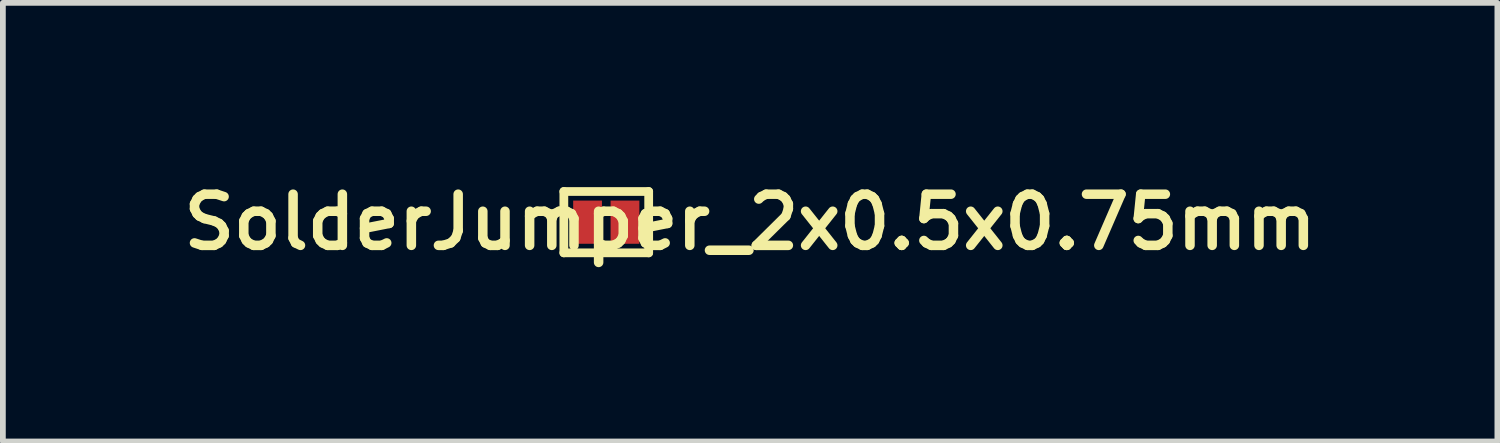
<source format=kicad_pcb>
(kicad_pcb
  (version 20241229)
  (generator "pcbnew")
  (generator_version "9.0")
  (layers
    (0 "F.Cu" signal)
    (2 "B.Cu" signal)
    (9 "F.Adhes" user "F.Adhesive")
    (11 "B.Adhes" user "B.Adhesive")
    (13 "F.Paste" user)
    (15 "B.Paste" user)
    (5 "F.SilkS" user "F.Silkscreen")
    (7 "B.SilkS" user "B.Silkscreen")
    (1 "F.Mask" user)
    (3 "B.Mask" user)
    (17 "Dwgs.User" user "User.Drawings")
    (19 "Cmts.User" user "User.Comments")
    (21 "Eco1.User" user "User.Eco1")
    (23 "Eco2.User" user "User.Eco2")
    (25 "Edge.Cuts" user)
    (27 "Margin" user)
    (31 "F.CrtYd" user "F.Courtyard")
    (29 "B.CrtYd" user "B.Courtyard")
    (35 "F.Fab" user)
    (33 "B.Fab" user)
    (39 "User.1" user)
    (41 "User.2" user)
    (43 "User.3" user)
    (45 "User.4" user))
  (footprint "SolderJumper_2x0.5x0.75mm"
    (layer "F.Cu")
    (at 7.483 0.81)
    (property "Reference" "SolderJumper_2x0.5x0.75mm" (at 2.5 0 0) (layer "F.SilkS") (effects (font (size 0.889 0.899) (thickness 0.165))))
    (attr exclude_from_pos_files exclude_from_bom)
    (fp_line (start -0.737 -0.533) (end -0.737 0.533) (stroke (width 0.152) (type solid)) (layer "F.SilkS"))
    (fp_line (start -0.737 -0.533) (end 0.737 -0.533) (stroke (width 0.152) (type solid)) (layer "F.SilkS"))
    (fp_line (start -0.737 0.533) (end 0.737 0.533) (stroke (width 0.152) (type solid)) (layer "F.SilkS"))
    (fp_line (start 0.737 -0.533) (end 0.737 0.533) (stroke (width 0.152) (type solid)) (layer "F.SilkS"))
    (pad "1" smd rect (at -0.325 0) (size 0.5 0.75) (layers "F.Cu" "F.Mask"))
    (pad "2" smd rect (at 0.325 0) (size 0.5 0.75) (layers "F.Cu" "F.Mask")))
  (gr_rect
    (start -3 -3)
    (end 22.965 4.62)
    (stroke (width 0.1) (type default))
    (fill no)
    (layer "Edge.Cuts")))
</source>
